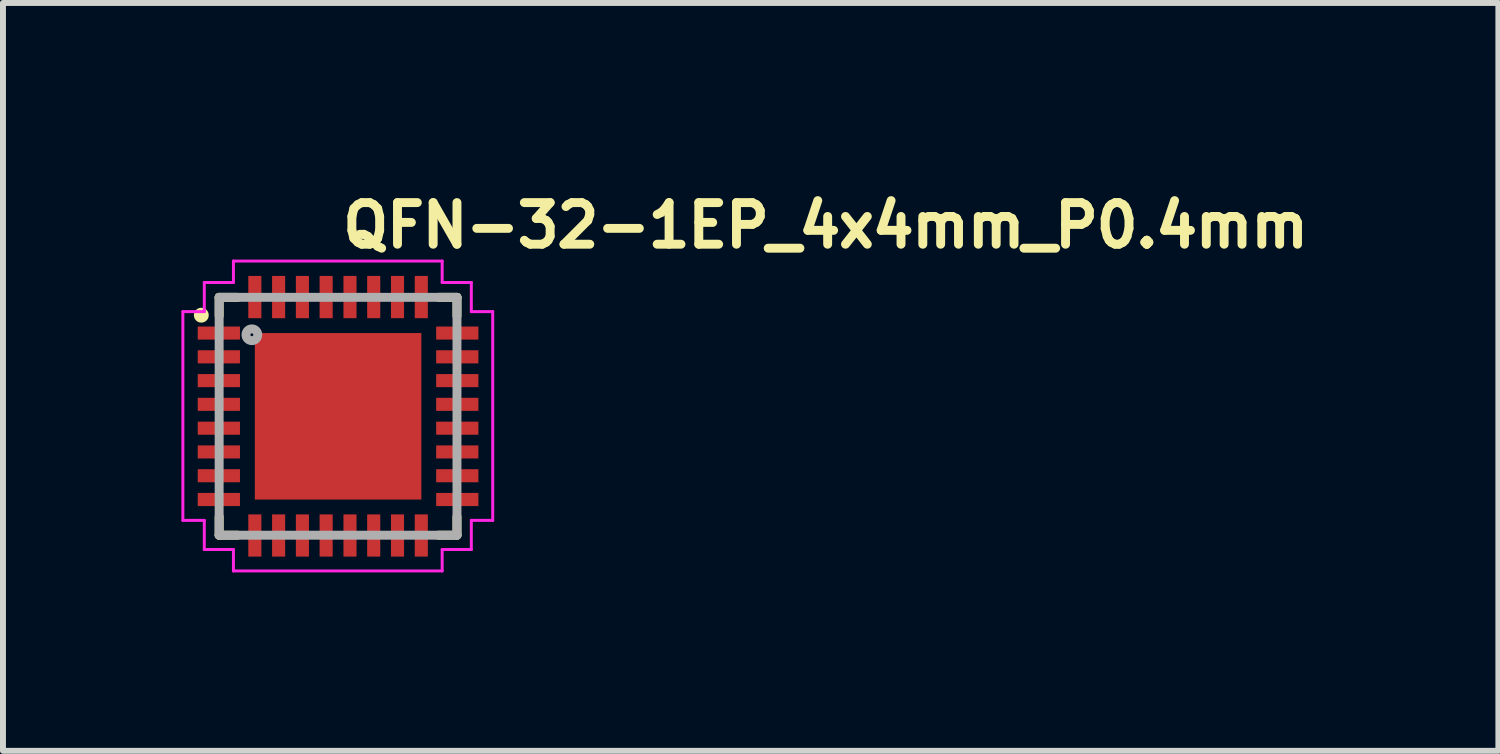
<source format=kicad_pcb>
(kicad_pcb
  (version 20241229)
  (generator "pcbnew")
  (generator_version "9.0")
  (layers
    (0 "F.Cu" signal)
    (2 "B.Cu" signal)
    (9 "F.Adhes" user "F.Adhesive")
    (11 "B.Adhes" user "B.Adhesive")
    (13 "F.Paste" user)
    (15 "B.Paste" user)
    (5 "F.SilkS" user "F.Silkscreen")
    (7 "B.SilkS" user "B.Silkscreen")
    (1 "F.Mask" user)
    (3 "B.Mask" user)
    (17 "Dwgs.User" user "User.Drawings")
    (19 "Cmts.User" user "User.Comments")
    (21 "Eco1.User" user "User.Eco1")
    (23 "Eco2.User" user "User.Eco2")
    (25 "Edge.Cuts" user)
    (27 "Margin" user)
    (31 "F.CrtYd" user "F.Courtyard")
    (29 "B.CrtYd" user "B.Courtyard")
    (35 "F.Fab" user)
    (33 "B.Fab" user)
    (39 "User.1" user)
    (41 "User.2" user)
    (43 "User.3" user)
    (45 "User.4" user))
  (footprint "QFN-32-1EP_4x4mm_P0.4mm"
    (layer "F.Cu")
    (at 2.635 3.95)
    (property "Reference" "QFN-32-1EP_4x4mm_P0.4mm" (at 0 -2.8 0) (layer "F.SilkS") (effects (font (size 0.7 0.7) (thickness 0.15)) (justify left bottom)))
    (attr smd)
    (fp_line (start -2 -2) (end -2 -1.69) (stroke (width 0.15) (type solid)) (layer "F.SilkS"))
    (fp_line (start -2 1.689) (end -2 1.999) (stroke (width 0.15) (type solid)) (layer "F.SilkS"))
    (fp_line (start -2 1.999) (end -1.69 1.999) (stroke (width 0.15) (type solid)) (layer "F.SilkS"))
    (fp_line (start -1.69 -2) (end -2 -2) (stroke (width 0.15) (type solid)) (layer "F.SilkS"))
    (fp_line (start 1.689 1.999) (end 1.999 1.999) (stroke (width 0.15) (type solid)) (layer "F.SilkS"))
    (fp_line (start 1.999 -2) (end 1.689 -2) (stroke (width 0.15) (type solid)) (layer "F.SilkS"))
    (fp_line (start 1.999 -1.69) (end 1.999 -2) (stroke (width 0.15) (type solid)) (layer "F.SilkS"))
    (fp_line (start 1.999 1.999) (end 1.999 1.689) (stroke (width 0.15) (type solid)) (layer "F.SilkS"))
    (fp_circle (center -2.3 -1.7) (end -2.25 -1.7) (stroke (width 0.15) (type solid)) (fill yes) (layer "F.SilkS"))
    (fp_poly (pts (xy -0.919 -0.918) (xy 0.917 -0.918) (xy 0.917 0.918) (xy -0.919 0.918)) (stroke (width 0.01) (type solid)) (fill yes) (layer "F.Paste"))
    (fp_line (start -2.61 -1.76) (end -2.25 -1.76) (stroke (width 0.05) (type solid)) (layer "F.CrtYd"))
    (fp_line (start -2.61 1.75) (end -2.61 -1.76) (stroke (width 0.05) (type solid)) (layer "F.CrtYd"))
    (fp_line (start -2.25 -2.25) (end -1.76 -2.25) (stroke (width 0.05) (type solid)) (layer "F.CrtYd"))
    (fp_line (start -2.25 -1.76) (end -2.25 -2.25) (stroke (width 0.05) (type solid)) (layer "F.CrtYd"))
    (fp_line (start -2.25 1.75) (end -2.61 1.75) (stroke (width 0.05) (type solid)) (layer "F.CrtYd"))
    (fp_line (start -2.25 2.24) (end -2.25 1.75) (stroke (width 0.05) (type solid)) (layer "F.CrtYd"))
    (fp_line (start -1.76 -2.61) (end 1.75 -2.61) (stroke (width 0.05) (type solid)) (layer "F.CrtYd"))
    (fp_line (start -1.76 -2.25) (end -1.76 -2.61) (stroke (width 0.05) (type solid)) (layer "F.CrtYd"))
    (fp_line (start -1.76 2.24) (end -2.25 2.24) (stroke (width 0.05) (type solid)) (layer "F.CrtYd"))
    (fp_line (start -1.76 2.6) (end -1.76 2.24) (stroke (width 0.05) (type solid)) (layer "F.CrtYd"))
    (fp_line (start 1.75 -2.61) (end 1.75 -2.25) (stroke (width 0.05) (type solid)) (layer "F.CrtYd"))
    (fp_line (start 1.75 -2.25) (end 2.24 -2.25) (stroke (width 0.05) (type solid)) (layer "F.CrtYd"))
    (fp_line (start 1.75 2.24) (end 1.75 2.6) (stroke (width 0.05) (type solid)) (layer "F.CrtYd"))
    (fp_line (start 1.75 2.6) (end -1.76 2.6) (stroke (width 0.05) (type solid)) (layer "F.CrtYd"))
    (fp_line (start 2.24 -2.25) (end 2.24 -1.76) (stroke (width 0.05) (type solid)) (layer "F.CrtYd"))
    (fp_line (start 2.24 -1.76) (end 2.6 -1.76) (stroke (width 0.05) (type solid)) (layer "F.CrtYd"))
    (fp_line (start 2.24 1.75) (end 2.24 2.24) (stroke (width 0.05) (type solid)) (layer "F.CrtYd"))
    (fp_line (start 2.24 2.24) (end 1.75 2.24) (stroke (width 0.05) (type solid)) (layer "F.CrtYd"))
    (fp_line (start 2.6 -1.76) (end 2.6 1.75) (stroke (width 0.05) (type solid)) (layer "F.CrtYd"))
    (fp_line (start 2.6 1.75) (end 2.24 1.75) (stroke (width 0.05) (type solid)) (layer "F.CrtYd"))
    (fp_line (start -2 -2) (end 1.999 -2) (stroke (width 0.15) (type solid)) (layer "F.Fab"))
    (fp_line (start -2 1.999) (end -2 -2) (stroke (width 0.15) (type solid)) (layer "F.Fab"))
    (fp_line (start 1.999 -2) (end 1.999 1.999) (stroke (width 0.15) (type solid)) (layer "F.Fab"))
    (fp_line (start 1.999 1.999) (end -2 1.999) (stroke (width 0.15) (type solid)) (layer "F.Fab"))
    (fp_circle (center -1.45 -1.371) (end -1.351 -1.371) (stroke (width 0.15) (type solid)) (fill no) (layer "F.Fab"))
    (fp_line (start -2 -2) (end -2 2) (stroke (width 0.01) (type solid)) (layer "User.9"))
    (fp_line (start -2 2) (end 2 2) (stroke (width 0.01) (type solid)) (layer "User.9"))
    (fp_line (start 2 -2) (end -2 -2) (stroke (width 0.01) (type solid)) (layer "User.9"))
    (fp_line (start 2 2) (end 2 -2) (stroke (width 0.01) (type solid)) (layer "User.9"))
    (pad "1" smd roundrect (at -2.005 -1.4) (size 0.71 0.22) (layers "F.Cu" "F.Mask" "F.Paste") (roundrect_rratio 0.03))
    (pad "2" smd roundrect (at -2.005 -1) (size 0.71 0.22) (layers "F.Cu" "F.Mask" "F.Paste") (roundrect_rratio 0.03))
    (pad "3" smd roundrect (at -2.005 -0.6) (size 0.71 0.22) (layers "F.Cu" "F.Mask" "F.Paste") (roundrect_rratio 0.03))
    (pad "4" smd roundrect (at -2.005 -0.201) (size 0.71 0.22) (layers "F.Cu" "F.Mask" "F.Paste") (roundrect_rratio 0.03))
    (pad "5" smd roundrect (at -2.005 0.2) (size 0.71 0.22) (layers "F.Cu" "F.Mask" "F.Paste") (roundrect_rratio 0.03))
    (pad "6" smd roundrect (at -2.005 0.599) (size 0.71 0.22) (layers "F.Cu" "F.Mask" "F.Paste") (roundrect_rratio 0.03))
    (pad "7" smd roundrect (at -2.005 0.999) (size 0.71 0.22) (layers "F.Cu" "F.Mask" "F.Paste") (roundrect_rratio 0.03))
    (pad "8" smd roundrect (at -2.005 1.399) (size 0.71 0.22) (layers "F.Cu" "F.Mask" "F.Paste") (roundrect_rratio 0.03))
    (pad "9" smd roundrect (at -1.4 2.004) (size 0.22 0.71) (layers "F.Cu" "F.Mask" "F.Paste") (roundrect_rratio 0.03))
    (pad "10" smd roundrect (at -1 2.004) (size 0.22 0.71) (layers "F.Cu" "F.Mask" "F.Paste") (roundrect_rratio 0.03))
    (pad "11" smd roundrect (at -0.6 2.004) (size 0.22 0.71) (layers "F.Cu" "F.Mask" "F.Paste") (roundrect_rratio 0.03))
    (pad "12" smd roundrect (at -0.201 2.004) (size 0.22 0.71) (layers "F.Cu" "F.Mask" "F.Paste") (roundrect_rratio 0.03))
    (pad "13" smd roundrect (at 0.2 2.004) (size 0.22 0.71) (layers "F.Cu" "F.Mask" "F.Paste") (roundrect_rratio 0.03))
    (pad "14" smd roundrect (at 0.599 2.004) (size 0.22 0.71) (layers "F.Cu" "F.Mask" "F.Paste") (roundrect_rratio 0.03))
    (pad "15" smd roundrect (at 0.999 2.004) (size 0.22 0.71) (layers "F.Cu" "F.Mask" "F.Paste") (roundrect_rratio 0.03))
    (pad "16" smd roundrect (at 1.399 2.004) (size 0.22 0.71) (layers "F.Cu" "F.Mask" "F.Paste") (roundrect_rratio 0.03))
    (pad "17" smd roundrect (at 2.004 1.399) (size 0.71 0.22) (layers "F.Cu" "F.Mask" "F.Paste") (roundrect_rratio 0.03))
    (pad "18" smd roundrect (at 2.004 0.999) (size 0.71 0.22) (layers "F.Cu" "F.Mask" "F.Paste") (roundrect_rratio 0.03))
    (pad "19" smd roundrect (at 2.004 0.599) (size 0.71 0.22) (layers "F.Cu" "F.Mask" "F.Paste") (roundrect_rratio 0.03))
    (pad "20" smd roundrect (at 2.004 0.2) (size 0.71 0.22) (layers "F.Cu" "F.Mask" "F.Paste") (roundrect_rratio 0.03))
    (pad "21" smd roundrect (at 2.004 -0.201) (size 0.71 0.22) (layers "F.Cu" "F.Mask" "F.Paste") (roundrect_rratio 0.03))
    (pad "22" smd roundrect (at 2.004 -0.6) (size 0.71 0.22) (layers "F.Cu" "F.Mask" "F.Paste") (roundrect_rratio 0.03))
    (pad "23" smd roundrect (at 2.004 -1) (size 0.71 0.22) (layers "F.Cu" "F.Mask" "F.Paste") (roundrect_rratio 0.03))
    (pad "24" smd roundrect (at 2.004 -1.4) (size 0.71 0.22) (layers "F.Cu" "F.Mask" "F.Paste") (roundrect_rratio 0.03))
    (pad "25" smd roundrect (at 1.399 -2.005) (size 0.22 0.71) (layers "F.Cu" "F.Mask" "F.Paste") (roundrect_rratio 0.03))
    (pad "26" smd roundrect (at 0.999 -2.005) (size 0.22 0.71) (layers "F.Cu" "F.Mask" "F.Paste") (roundrect_rratio 0.03))
    (pad "27" smd roundrect (at 0.599 -2.005) (size 0.22 0.71) (layers "F.Cu" "F.Mask" "F.Paste") (roundrect_rratio 0.03))
    (pad "28" smd roundrect (at 0.2 -2.005) (size 0.22 0.71) (layers "F.Cu" "F.Mask" "F.Paste") (roundrect_rratio 0.03))
    (pad "29" smd roundrect (at -0.201 -2.005) (size 0.22 0.71) (layers "F.Cu" "F.Mask" "F.Paste") (roundrect_rratio 0.03))
    (pad "30" smd roundrect (at -0.6 -2.005) (size 0.22 0.71) (layers "F.Cu" "F.Mask" "F.Paste") (roundrect_rratio 0.03))
    (pad "31" smd roundrect (at -1 -2.005) (size 0.22 0.71) (layers "F.Cu" "F.Mask" "F.Paste") (roundrect_rratio 0.03))
    (pad "32" smd roundrect (at -1.4 -2.005) (size 0.22 0.71) (layers "F.Cu" "F.Mask" "F.Paste") (roundrect_rratio 0.03))
    (pad "33" smd rect (at 0 0) (size 2.8 2.8) (layers "F.Cu" "F.Mask")))
  (gr_rect
    (start -3 -3)
    (end 22.145 9.575)
    (stroke (width 0.1) (type default))
    (fill no)
    (layer "Edge.Cuts")))
</source>
